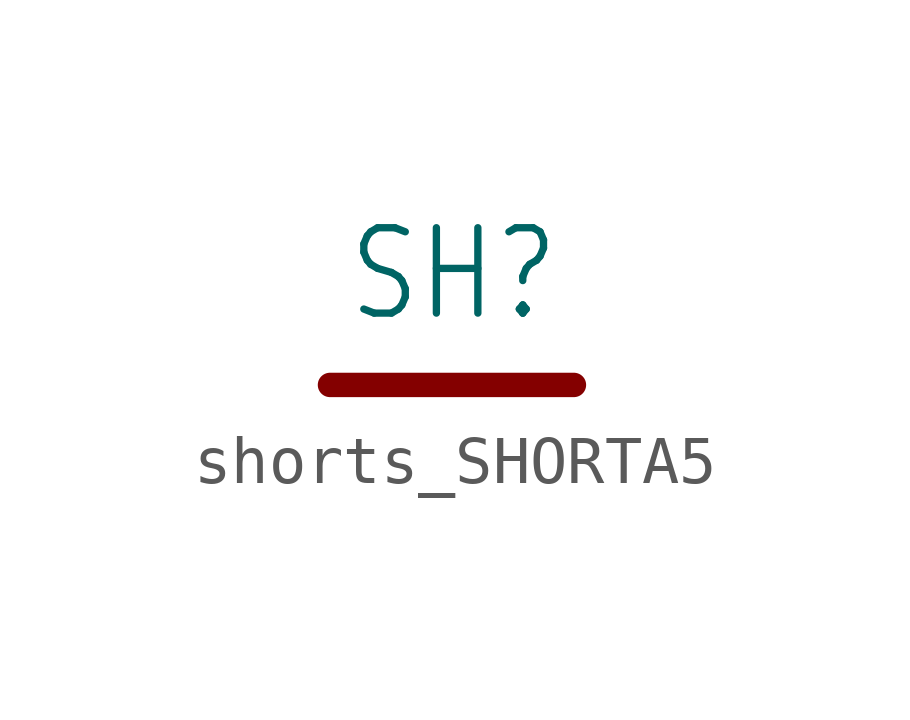
<source format=kicad_sym>
(kicad_symbol_lib
  (version 20241209)
  (generator "kicad_symbol_editor")
  (generator_version "9.0")
  (symbol "shorts_SHORTA5"
    (property "Reference" "SH"
      (at -2.223 1.27 0)
      (effects (font (size 1.778 1.511)) (justify left bottom)))
    (property "ki_locked" ""
      (at 0 0 0)
      (effects (font (size 1.27 1.27))))
    (symbol "shorts_SHORTA5_1_0"
      (polyline (pts (xy -2.54 0) (xy 2.54 0)) (stroke (width 0.508) (type solid)) (fill (type none)))
      (pin bidirectional line (at -2.54 0 0) (length 0) (name "P$1" (effects (font (size 0 0)))) (number "1" (effects (font (size 0 0)))))
      (pin bidirectional line (at 2.54 0 0) (length 0) (name "P$2" (effects (font (size 0 0)))) (number "2" (effects (font (size 0 0))))))))
</source>
